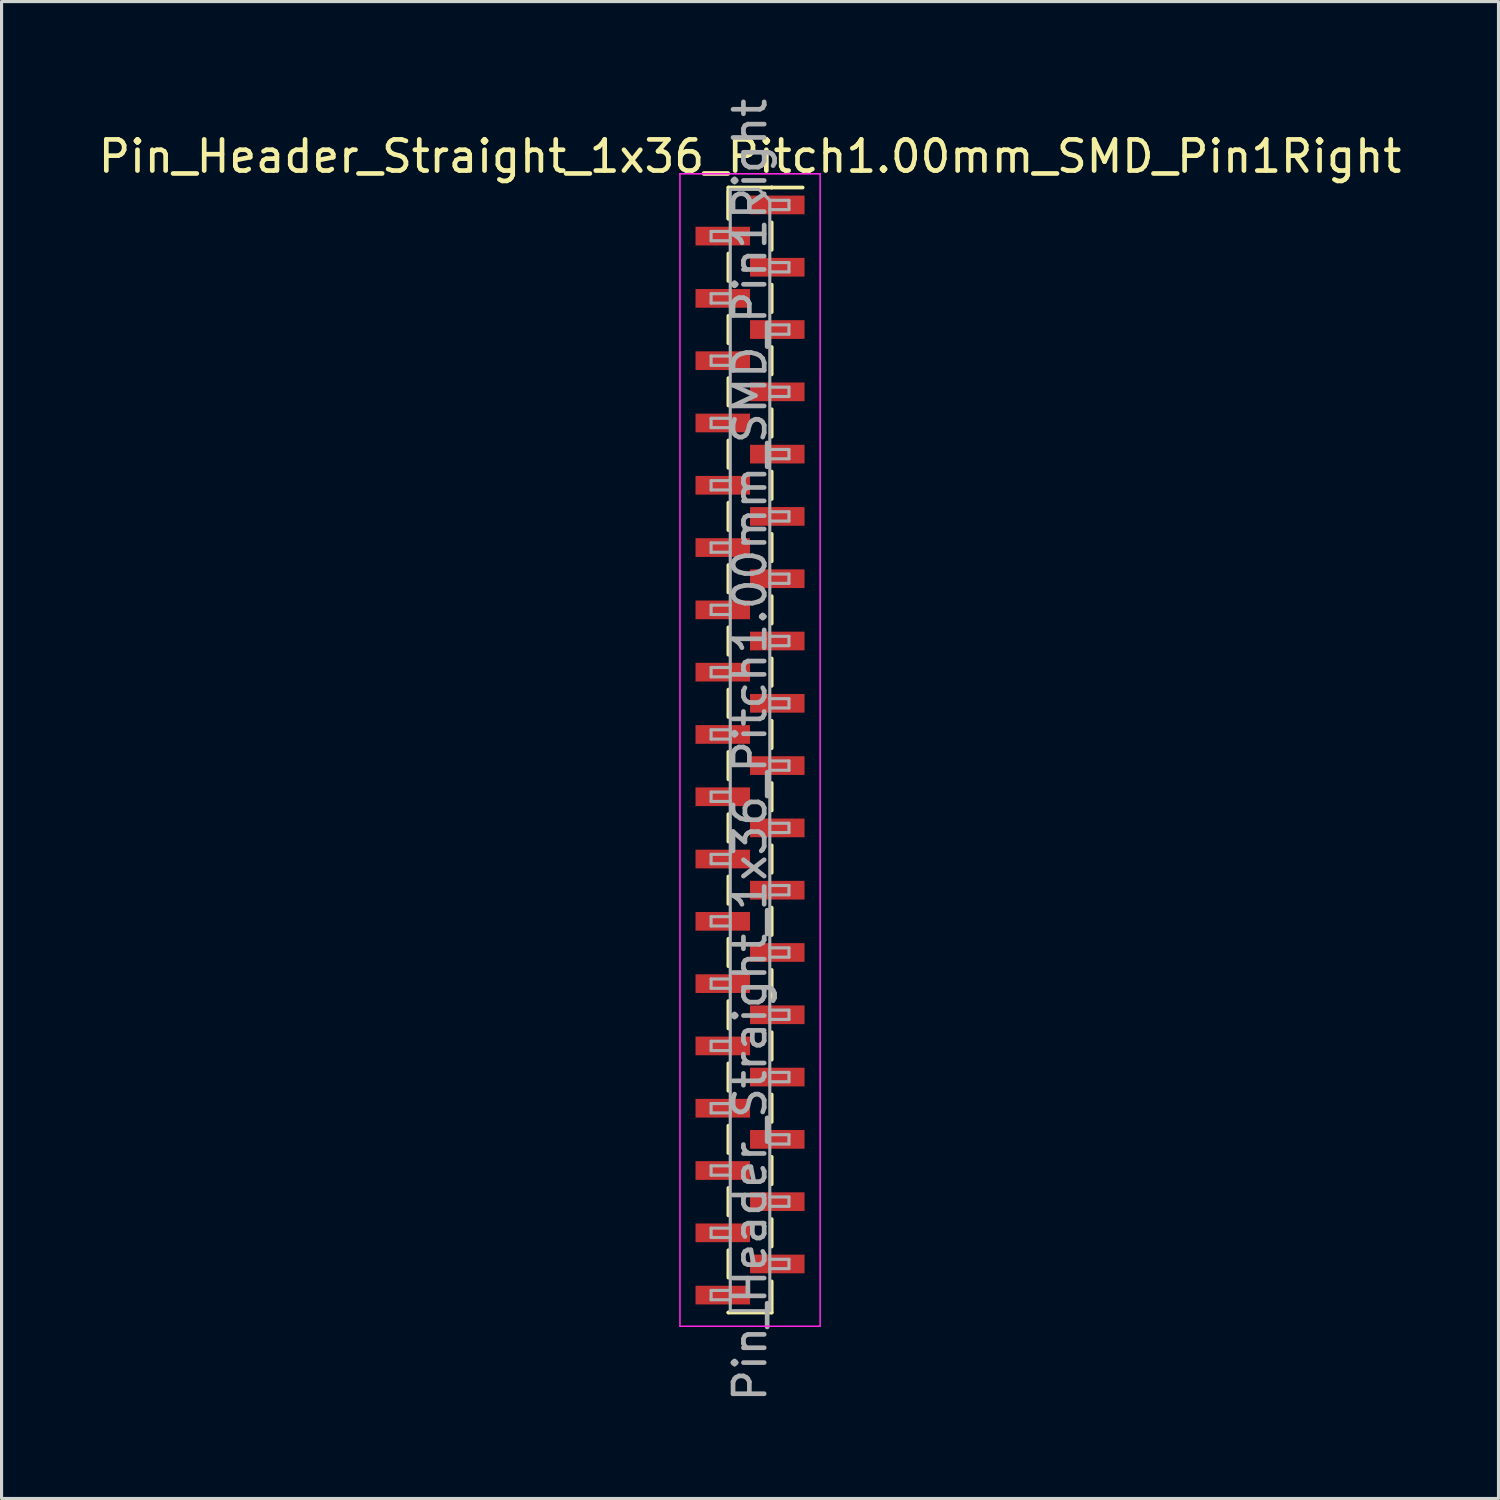
<source format=kicad_pcb>
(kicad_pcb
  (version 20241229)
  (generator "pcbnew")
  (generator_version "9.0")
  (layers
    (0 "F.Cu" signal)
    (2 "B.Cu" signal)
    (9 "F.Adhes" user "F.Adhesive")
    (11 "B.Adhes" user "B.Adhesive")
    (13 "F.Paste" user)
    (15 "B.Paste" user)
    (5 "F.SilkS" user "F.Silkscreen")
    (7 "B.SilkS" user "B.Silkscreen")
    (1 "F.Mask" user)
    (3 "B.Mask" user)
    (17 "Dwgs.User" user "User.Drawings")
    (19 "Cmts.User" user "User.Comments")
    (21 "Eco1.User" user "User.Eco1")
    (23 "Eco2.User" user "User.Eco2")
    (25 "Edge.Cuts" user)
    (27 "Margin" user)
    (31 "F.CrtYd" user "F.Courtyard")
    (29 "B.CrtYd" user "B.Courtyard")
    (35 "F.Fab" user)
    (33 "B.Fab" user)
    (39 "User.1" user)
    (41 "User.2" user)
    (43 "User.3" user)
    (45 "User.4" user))
  (footprint "Pin_Header_Straight_1x36_Pitch1.00mm_SMD_Pin1Right"
    (layer "F.Cu")
    (at 21.03 21.03)
    (property "Reference" "Pin_Header_Straight_1x36_Pitch1.00mm_SMD_Pin1Right" (at 0 -19.06 0) (layer "F.SilkS") (effects (font (size 1 1) (thickness 0.15))))
    (attr smd)
    (fp_line (start -0.695 -18.06) (end -0.695 -17.06) (stroke (width 0.12) (type solid)) (layer "F.SilkS"))
    (fp_line (start -0.695 -18.06) (end 0.695 -18.06) (stroke (width 0.12) (type solid)) (layer "F.SilkS"))
    (fp_line (start -0.695 -17.94) (end -0.695 -17.06) (stroke (width 0.12) (type solid)) (layer "F.SilkS"))
    (fp_line (start -0.695 -15.94) (end -0.695 -15.06) (stroke (width 0.12) (type solid)) (layer "F.SilkS"))
    (fp_line (start -0.695 -13.94) (end -0.695 -13.06) (stroke (width 0.12) (type solid)) (layer "F.SilkS"))
    (fp_line (start -0.695 -11.94) (end -0.695 -11.06) (stroke (width 0.12) (type solid)) (layer "F.SilkS"))
    (fp_line (start -0.695 -9.94) (end -0.695 -9.06) (stroke (width 0.12) (type solid)) (layer "F.SilkS"))
    (fp_line (start -0.695 -7.94) (end -0.695 -7.06) (stroke (width 0.12) (type solid)) (layer "F.SilkS"))
    (fp_line (start -0.695 -5.94) (end -0.695 -5.06) (stroke (width 0.12) (type solid)) (layer "F.SilkS"))
    (fp_line (start -0.695 -3.94) (end -0.695 -3.06) (stroke (width 0.12) (type solid)) (layer "F.SilkS"))
    (fp_line (start -0.695 -1.94) (end -0.695 -1.06) (stroke (width 0.12) (type solid)) (layer "F.SilkS"))
    (fp_line (start -0.695 0.06) (end -0.695 0.94) (stroke (width 0.12) (type solid)) (layer "F.SilkS"))
    (fp_line (start -0.695 2.06) (end -0.695 2.94) (stroke (width 0.12) (type solid)) (layer "F.SilkS"))
    (fp_line (start -0.695 4.06) (end -0.695 4.94) (stroke (width 0.12) (type solid)) (layer "F.SilkS"))
    (fp_line (start -0.695 6.06) (end -0.695 6.94) (stroke (width 0.12) (type solid)) (layer "F.SilkS"))
    (fp_line (start -0.695 8.06) (end -0.695 8.94) (stroke (width 0.12) (type solid)) (layer "F.SilkS"))
    (fp_line (start -0.695 10.06) (end -0.695 10.94) (stroke (width 0.12) (type solid)) (layer "F.SilkS"))
    (fp_line (start -0.695 12.06) (end -0.695 12.94) (stroke (width 0.12) (type solid)) (layer "F.SilkS"))
    (fp_line (start -0.695 14.06) (end -0.695 14.94) (stroke (width 0.12) (type solid)) (layer "F.SilkS"))
    (fp_line (start -0.695 16.06) (end -0.695 16.94) (stroke (width 0.12) (type solid)) (layer "F.SilkS"))
    (fp_line (start -0.695 18.06) (end -0.695 18.06) (stroke (width 0.12) (type solid)) (layer "F.SilkS"))
    (fp_line (start -0.695 18.06) (end 0.695 18.06) (stroke (width 0.12) (type solid)) (layer "F.SilkS"))
    (fp_line (start 0.695 -18.06) (end 0.695 -18.06) (stroke (width 0.12) (type solid)) (layer "F.SilkS"))
    (fp_line (start 0.695 -18.06) (end 1.69 -18.06) (stroke (width 0.12) (type solid)) (layer "F.SilkS"))
    (fp_line (start 0.695 -16.94) (end 0.695 -16.06) (stroke (width 0.12) (type solid)) (layer "F.SilkS"))
    (fp_line (start 0.695 -14.94) (end 0.695 -14.06) (stroke (width 0.12) (type solid)) (layer "F.SilkS"))
    (fp_line (start 0.695 -12.94) (end 0.695 -12.06) (stroke (width 0.12) (type solid)) (layer "F.SilkS"))
    (fp_line (start 0.695 -10.94) (end 0.695 -10.06) (stroke (width 0.12) (type solid)) (layer "F.SilkS"))
    (fp_line (start 0.695 -8.94) (end 0.695 -8.06) (stroke (width 0.12) (type solid)) (layer "F.SilkS"))
    (fp_line (start 0.695 -6.94) (end 0.695 -6.06) (stroke (width 0.12) (type solid)) (layer "F.SilkS"))
    (fp_line (start 0.695 -4.94) (end 0.695 -4.06) (stroke (width 0.12) (type solid)) (layer "F.SilkS"))
    (fp_line (start 0.695 -2.94) (end 0.695 -2.06) (stroke (width 0.12) (type solid)) (layer "F.SilkS"))
    (fp_line (start 0.695 -0.94) (end 0.695 -0.06) (stroke (width 0.12) (type solid)) (layer "F.SilkS"))
    (fp_line (start 0.695 1.06) (end 0.695 1.94) (stroke (width 0.12) (type solid)) (layer "F.SilkS"))
    (fp_line (start 0.695 3.06) (end 0.695 3.94) (stroke (width 0.12) (type solid)) (layer "F.SilkS"))
    (fp_line (start 0.695 5.06) (end 0.695 5.94) (stroke (width 0.12) (type solid)) (layer "F.SilkS"))
    (fp_line (start 0.695 7.06) (end 0.695 7.94) (stroke (width 0.12) (type solid)) (layer "F.SilkS"))
    (fp_line (start 0.695 9.06) (end 0.695 9.94) (stroke (width 0.12) (type solid)) (layer "F.SilkS"))
    (fp_line (start 0.695 11.06) (end 0.695 11.94) (stroke (width 0.12) (type solid)) (layer "F.SilkS"))
    (fp_line (start 0.695 13.06) (end 0.695 13.94) (stroke (width 0.12) (type solid)) (layer "F.SilkS"))
    (fp_line (start 0.695 15.06) (end 0.695 15.94) (stroke (width 0.12) (type solid)) (layer "F.SilkS"))
    (fp_line (start 0.695 17.06) (end 0.695 18.06) (stroke (width 0.12) (type solid)) (layer "F.SilkS"))
    (fp_line (start -2.25 -18.5) (end -2.25 18.5) (stroke (width 0.05) (type solid)) (layer "F.CrtYd"))
    (fp_line (start -2.25 18.5) (end 2.25 18.5) (stroke (width 0.05) (type solid)) (layer "F.CrtYd"))
    (fp_line (start 2.25 -18.5) (end -2.25 -18.5) (stroke (width 0.05) (type solid)) (layer "F.CrtYd"))
    (fp_line (start 2.25 18.5) (end 2.25 -18.5) (stroke (width 0.05) (type solid)) (layer "F.CrtYd"))
    (fp_line (start -1.25 -16.65) (end -1.25 -16.35) (stroke (width 0.1) (type solid)) (layer "F.Fab"))
    (fp_line (start -1.25 -16.35) (end -0.635 -16.35) (stroke (width 0.1) (type solid)) (layer "F.Fab"))
    (fp_line (start -1.25 -14.65) (end -1.25 -14.35) (stroke (width 0.1) (type solid)) (layer "F.Fab"))
    (fp_line (start -1.25 -14.35) (end -0.635 -14.35) (stroke (width 0.1) (type solid)) (layer "F.Fab"))
    (fp_line (start -1.25 -12.65) (end -1.25 -12.35) (stroke (width 0.1) (type solid)) (layer "F.Fab"))
    (fp_line (start -1.25 -12.35) (end -0.635 -12.35) (stroke (width 0.1) (type solid)) (layer "F.Fab"))
    (fp_line (start -1.25 -10.65) (end -1.25 -10.35) (stroke (width 0.1) (type solid)) (layer "F.Fab"))
    (fp_line (start -1.25 -10.35) (end -0.635 -10.35) (stroke (width 0.1) (type solid)) (layer "F.Fab"))
    (fp_line (start -1.25 -8.65) (end -1.25 -8.35) (stroke (width 0.1) (type solid)) (layer "F.Fab"))
    (fp_line (start -1.25 -8.35) (end -0.635 -8.35) (stroke (width 0.1) (type solid)) (layer "F.Fab"))
    (fp_line (start -1.25 -6.65) (end -1.25 -6.35) (stroke (width 0.1) (type solid)) (layer "F.Fab"))
    (fp_line (start -1.25 -6.35) (end -0.635 -6.35) (stroke (width 0.1) (type solid)) (layer "F.Fab"))
    (fp_line (start -1.25 -4.65) (end -1.25 -4.35) (stroke (width 0.1) (type solid)) (layer "F.Fab"))
    (fp_line (start -1.25 -4.35) (end -0.635 -4.35) (stroke (width 0.1) (type solid)) (layer "F.Fab"))
    (fp_line (start -1.25 -2.65) (end -1.25 -2.35) (stroke (width 0.1) (type solid)) (layer "F.Fab"))
    (fp_line (start -1.25 -2.35) (end -0.635 -2.35) (stroke (width 0.1) (type solid)) (layer "F.Fab"))
    (fp_line (start -1.25 -0.65) (end -1.25 -0.35) (stroke (width 0.1) (type solid)) (layer "F.Fab"))
    (fp_line (start -1.25 -0.35) (end -0.635 -0.35) (stroke (width 0.1) (type solid)) (layer "F.Fab"))
    (fp_line (start -1.25 1.35) (end -1.25 1.65) (stroke (width 0.1) (type solid)) (layer "F.Fab"))
    (fp_line (start -1.25 1.65) (end -0.635 1.65) (stroke (width 0.1) (type solid)) (layer "F.Fab"))
    (fp_line (start -1.25 3.35) (end -1.25 3.65) (stroke (width 0.1) (type solid)) (layer "F.Fab"))
    (fp_line (start -1.25 3.65) (end -0.635 3.65) (stroke (width 0.1) (type solid)) (layer "F.Fab"))
    (fp_line (start -1.25 5.35) (end -1.25 5.65) (stroke (width 0.1) (type solid)) (layer "F.Fab"))
    (fp_line (start -1.25 5.65) (end -0.635 5.65) (stroke (width 0.1) (type solid)) (layer "F.Fab"))
    (fp_line (start -1.25 7.35) (end -1.25 7.65) (stroke (width 0.1) (type solid)) (layer "F.Fab"))
    (fp_line (start -1.25 7.65) (end -0.635 7.65) (stroke (width 0.1) (type solid)) (layer "F.Fab"))
    (fp_line (start -1.25 9.35) (end -1.25 9.65) (stroke (width 0.1) (type solid)) (layer "F.Fab"))
    (fp_line (start -1.25 9.65) (end -0.635 9.65) (stroke (width 0.1) (type solid)) (layer "F.Fab"))
    (fp_line (start -1.25 11.35) (end -1.25 11.65) (stroke (width 0.1) (type solid)) (layer "F.Fab"))
    (fp_line (start -1.25 11.65) (end -0.635 11.65) (stroke (width 0.1) (type solid)) (layer "F.Fab"))
    (fp_line (start -1.25 13.35) (end -1.25 13.65) (stroke (width 0.1) (type solid)) (layer "F.Fab"))
    (fp_line (start -1.25 13.65) (end -0.635 13.65) (stroke (width 0.1) (type solid)) (layer "F.Fab"))
    (fp_line (start -1.25 15.35) (end -1.25 15.65) (stroke (width 0.1) (type solid)) (layer "F.Fab"))
    (fp_line (start -1.25 15.65) (end -0.635 15.65) (stroke (width 0.1) (type solid)) (layer "F.Fab"))
    (fp_line (start -1.25 17.35) (end -1.25 17.65) (stroke (width 0.1) (type solid)) (layer "F.Fab"))
    (fp_line (start -1.25 17.65) (end -0.635 17.65) (stroke (width 0.1) (type solid)) (layer "F.Fab"))
    (fp_line (start -0.635 -18) (end -0.635 18) (stroke (width 0.1) (type solid)) (layer "F.Fab"))
    (fp_line (start -0.635 -18) (end 0.285 -18) (stroke (width 0.1) (type solid)) (layer "F.Fab"))
    (fp_line (start -0.635 -16.65) (end -1.25 -16.65) (stroke (width 0.1) (type solid)) (layer "F.Fab"))
    (fp_line (start -0.635 -14.65) (end -1.25 -14.65) (stroke (width 0.1) (type solid)) (layer "F.Fab"))
    (fp_line (start -0.635 -12.65) (end -1.25 -12.65) (stroke (width 0.1) (type solid)) (layer "F.Fab"))
    (fp_line (start -0.635 -10.65) (end -1.25 -10.65) (stroke (width 0.1) (type solid)) (layer "F.Fab"))
    (fp_line (start -0.635 -8.65) (end -1.25 -8.65) (stroke (width 0.1) (type solid)) (layer "F.Fab"))
    (fp_line (start -0.635 -6.65) (end -1.25 -6.65) (stroke (width 0.1) (type solid)) (layer "F.Fab"))
    (fp_line (start -0.635 -4.65) (end -1.25 -4.65) (stroke (width 0.1) (type solid)) (layer "F.Fab"))
    (fp_line (start -0.635 -2.65) (end -1.25 -2.65) (stroke (width 0.1) (type solid)) (layer "F.Fab"))
    (fp_line (start -0.635 -0.65) (end -1.25 -0.65) (stroke (width 0.1) (type solid)) (layer "F.Fab"))
    (fp_line (start -0.635 1.35) (end -1.25 1.35) (stroke (width 0.1) (type solid)) (layer "F.Fab"))
    (fp_line (start -0.635 3.35) (end -1.25 3.35) (stroke (width 0.1) (type solid)) (layer "F.Fab"))
    (fp_line (start -0.635 5.35) (end -1.25 5.35) (stroke (width 0.1) (type solid)) (layer "F.Fab"))
    (fp_line (start -0.635 7.35) (end -1.25 7.35) (stroke (width 0.1) (type solid)) (layer "F.Fab"))
    (fp_line (start -0.635 9.35) (end -1.25 9.35) (stroke (width 0.1) (type solid)) (layer "F.Fab"))
    (fp_line (start -0.635 11.35) (end -1.25 11.35) (stroke (width 0.1) (type solid)) (layer "F.Fab"))
    (fp_line (start -0.635 13.35) (end -1.25 13.35) (stroke (width 0.1) (type solid)) (layer "F.Fab"))
    (fp_line (start -0.635 15.35) (end -1.25 15.35) (stroke (width 0.1) (type solid)) (layer "F.Fab"))
    (fp_line (start -0.635 17.35) (end -1.25 17.35) (stroke (width 0.1) (type solid)) (layer "F.Fab"))
    (fp_line (start 0.635 -17.65) (end 0.285 -18) (stroke (width 0.1) (type solid)) (layer "F.Fab"))
    (fp_line (start 0.635 -17.65) (end 1.25 -17.65) (stroke (width 0.1) (type solid)) (layer "F.Fab"))
    (fp_line (start 0.635 -15.65) (end 1.25 -15.65) (stroke (width 0.1) (type solid)) (layer "F.Fab"))
    (fp_line (start 0.635 -13.65) (end 1.25 -13.65) (stroke (width 0.1) (type solid)) (layer "F.Fab"))
    (fp_line (start 0.635 -11.65) (end 1.25 -11.65) (stroke (width 0.1) (type solid)) (layer "F.Fab"))
    (fp_line (start 0.635 -9.65) (end 1.25 -9.65) (stroke (width 0.1) (type solid)) (layer "F.Fab"))
    (fp_line (start 0.635 -7.65) (end 1.25 -7.65) (stroke (width 0.1) (type solid)) (layer "F.Fab"))
    (fp_line (start 0.635 -5.65) (end 1.25 -5.65) (stroke (width 0.1) (type solid)) (layer "F.Fab"))
    (fp_line (start 0.635 -3.65) (end 1.25 -3.65) (stroke (width 0.1) (type solid)) (layer "F.Fab"))
    (fp_line (start 0.635 -1.65) (end 1.25 -1.65) (stroke (width 0.1) (type solid)) (layer "F.Fab"))
    (fp_line (start 0.635 0.35) (end 1.25 0.35) (stroke (width 0.1) (type solid)) (layer "F.Fab"))
    (fp_line (start 0.635 2.35) (end 1.25 2.35) (stroke (width 0.1) (type solid)) (layer "F.Fab"))
    (fp_line (start 0.635 4.35) (end 1.25 4.35) (stroke (width 0.1) (type solid)) (layer "F.Fab"))
    (fp_line (start 0.635 6.35) (end 1.25 6.35) (stroke (width 0.1) (type solid)) (layer "F.Fab"))
    (fp_line (start 0.635 8.35) (end 1.25 8.35) (stroke (width 0.1) (type solid)) (layer "F.Fab"))
    (fp_line (start 0.635 10.35) (end 1.25 10.35) (stroke (width 0.1) (type solid)) (layer "F.Fab"))
    (fp_line (start 0.635 12.35) (end 1.25 12.35) (stroke (width 0.1) (type solid)) (layer "F.Fab"))
    (fp_line (start 0.635 14.35) (end 1.25 14.35) (stroke (width 0.1) (type solid)) (layer "F.Fab"))
    (fp_line (start 0.635 16.35) (end 1.25 16.35) (stroke (width 0.1) (type solid)) (layer "F.Fab"))
    (fp_line (start 0.635 18) (end -0.635 18) (stroke (width 0.1) (type solid)) (layer "F.Fab"))
    (fp_line (start 0.635 18) (end 0.635 -17.65) (stroke (width 0.1) (type solid)) (layer "F.Fab"))
    (fp_line (start 1.25 -17.65) (end 1.25 -17.35) (stroke (width 0.1) (type solid)) (layer "F.Fab"))
    (fp_line (start 1.25 -17.35) (end 0.635 -17.35) (stroke (width 0.1) (type solid)) (layer "F.Fab"))
    (fp_line (start 1.25 -15.65) (end 1.25 -15.35) (stroke (width 0.1) (type solid)) (layer "F.Fab"))
    (fp_line (start 1.25 -15.35) (end 0.635 -15.35) (stroke (width 0.1) (type solid)) (layer "F.Fab"))
    (fp_line (start 1.25 -13.65) (end 1.25 -13.35) (stroke (width 0.1) (type solid)) (layer "F.Fab"))
    (fp_line (start 1.25 -13.35) (end 0.635 -13.35) (stroke (width 0.1) (type solid)) (layer "F.Fab"))
    (fp_line (start 1.25 -11.65) (end 1.25 -11.35) (stroke (width 0.1) (type solid)) (layer "F.Fab"))
    (fp_line (start 1.25 -11.35) (end 0.635 -11.35) (stroke (width 0.1) (type solid)) (layer "F.Fab"))
    (fp_line (start 1.25 -9.65) (end 1.25 -9.35) (stroke (width 0.1) (type solid)) (layer "F.Fab"))
    (fp_line (start 1.25 -9.35) (end 0.635 -9.35) (stroke (width 0.1) (type solid)) (layer "F.Fab"))
    (fp_line (start 1.25 -7.65) (end 1.25 -7.35) (stroke (width 0.1) (type solid)) (layer "F.Fab"))
    (fp_line (start 1.25 -7.35) (end 0.635 -7.35) (stroke (width 0.1) (type solid)) (layer "F.Fab"))
    (fp_line (start 1.25 -5.65) (end 1.25 -5.35) (stroke (width 0.1) (type solid)) (layer "F.Fab"))
    (fp_line (start 1.25 -5.35) (end 0.635 -5.35) (stroke (width 0.1) (type solid)) (layer "F.Fab"))
    (fp_line (start 1.25 -3.65) (end 1.25 -3.35) (stroke (width 0.1) (type solid)) (layer "F.Fab"))
    (fp_line (start 1.25 -3.35) (end 0.635 -3.35) (stroke (width 0.1) (type solid)) (layer "F.Fab"))
    (fp_line (start 1.25 -1.65) (end 1.25 -1.35) (stroke (width 0.1) (type solid)) (layer "F.Fab"))
    (fp_line (start 1.25 -1.35) (end 0.635 -1.35) (stroke (width 0.1) (type solid)) (layer "F.Fab"))
    (fp_line (start 1.25 0.35) (end 1.25 0.65) (stroke (width 0.1) (type solid)) (layer "F.Fab"))
    (fp_line (start 1.25 0.65) (end 0.635 0.65) (stroke (width 0.1) (type solid)) (layer "F.Fab"))
    (fp_line (start 1.25 2.35) (end 1.25 2.65) (stroke (width 0.1) (type solid)) (layer "F.Fab"))
    (fp_line (start 1.25 2.65) (end 0.635 2.65) (stroke (width 0.1) (type solid)) (layer "F.Fab"))
    (fp_line (start 1.25 4.35) (end 1.25 4.65) (stroke (width 0.1) (type solid)) (layer "F.Fab"))
    (fp_line (start 1.25 4.65) (end 0.635 4.65) (stroke (width 0.1) (type solid)) (layer "F.Fab"))
    (fp_line (start 1.25 6.35) (end 1.25 6.65) (stroke (width 0.1) (type solid)) (layer "F.Fab"))
    (fp_line (start 1.25 6.65) (end 0.635 6.65) (stroke (width 0.1) (type solid)) (layer "F.Fab"))
    (fp_line (start 1.25 8.35) (end 1.25 8.65) (stroke (width 0.1) (type solid)) (layer "F.Fab"))
    (fp_line (start 1.25 8.65) (end 0.635 8.65) (stroke (width 0.1) (type solid)) (layer "F.Fab"))
    (fp_line (start 1.25 10.35) (end 1.25 10.65) (stroke (width 0.1) (type solid)) (layer "F.Fab"))
    (fp_line (start 1.25 10.65) (end 0.635 10.65) (stroke (width 0.1) (type solid)) (layer "F.Fab"))
    (fp_line (start 1.25 12.35) (end 1.25 12.65) (stroke (width 0.1) (type solid)) (layer "F.Fab"))
    (fp_line (start 1.25 12.65) (end 0.635 12.65) (stroke (width 0.1) (type solid)) (layer "F.Fab"))
    (fp_line (start 1.25 14.35) (end 1.25 14.65) (stroke (width 0.1) (type solid)) (layer "F.Fab"))
    (fp_line (start 1.25 14.65) (end 0.635 14.65) (stroke (width 0.1) (type solid)) (layer "F.Fab"))
    (fp_line (start 1.25 16.35) (end 1.25 16.65) (stroke (width 0.1) (type solid)) (layer "F.Fab"))
    (fp_line (start 1.25 16.65) (end 0.635 16.65) (stroke (width 0.1) (type solid)) (layer "F.Fab"))
    (fp_text user "${REFERENCE}" (at 0 0 90) (layer "F.Fab") (effects (font (size 1 1) (thickness 0.15))))
    (pad "1" smd rect (at 0.875 -17.5) (size 1.75 0.6) (layers "F.Cu" "F.Mask" "F.Paste"))
    (pad "2" smd rect (at -0.875 -16.5) (size 1.75 0.6) (layers "F.Cu" "F.Mask" "F.Paste"))
    (pad "3" smd rect (at 0.875 -15.5) (size 1.75 0.6) (layers "F.Cu" "F.Mask" "F.Paste"))
    (pad "4" smd rect (at -0.875 -14.5) (size 1.75 0.6) (layers "F.Cu" "F.Mask" "F.Paste"))
    (pad "5" smd rect (at 0.875 -13.5) (size 1.75 0.6) (layers "F.Cu" "F.Mask" "F.Paste"))
    (pad "6" smd rect (at -0.875 -12.5) (size 1.75 0.6) (layers "F.Cu" "F.Mask" "F.Paste"))
    (pad "7" smd rect (at 0.875 -11.5) (size 1.75 0.6) (layers "F.Cu" "F.Mask" "F.Paste"))
    (pad "8" smd rect (at -0.875 -10.5) (size 1.75 0.6) (layers "F.Cu" "F.Mask" "F.Paste"))
    (pad "9" smd rect (at 0.875 -9.5) (size 1.75 0.6) (layers "F.Cu" "F.Mask" "F.Paste"))
    (pad "10" smd rect (at -0.875 -8.5) (size 1.75 0.6) (layers "F.Cu" "F.Mask" "F.Paste"))
    (pad "11" smd rect (at 0.875 -7.5) (size 1.75 0.6) (layers "F.Cu" "F.Mask" "F.Paste"))
    (pad "12" smd rect (at -0.875 -6.5) (size 1.75 0.6) (layers "F.Cu" "F.Mask" "F.Paste"))
    (pad "13" smd rect (at 0.875 -5.5) (size 1.75 0.6) (layers "F.Cu" "F.Mask" "F.Paste"))
    (pad "14" smd rect (at -0.875 -4.5) (size 1.75 0.6) (layers "F.Cu" "F.Mask" "F.Paste"))
    (pad "15" smd rect (at 0.875 -3.5) (size 1.75 0.6) (layers "F.Cu" "F.Mask" "F.Paste"))
    (pad "16" smd rect (at -0.875 -2.5) (size 1.75 0.6) (layers "F.Cu" "F.Mask" "F.Paste"))
    (pad "17" smd rect (at 0.875 -1.5) (size 1.75 0.6) (layers "F.Cu" "F.Mask" "F.Paste"))
    (pad "18" smd rect (at -0.875 -0.5) (size 1.75 0.6) (layers "F.Cu" "F.Mask" "F.Paste"))
    (pad "19" smd rect (at 0.875 0.5) (size 1.75 0.6) (layers "F.Cu" "F.Mask" "F.Paste"))
    (pad "20" smd rect (at -0.875 1.5) (size 1.75 0.6) (layers "F.Cu" "F.Mask" "F.Paste"))
    (pad "21" smd rect (at 0.875 2.5) (size 1.75 0.6) (layers "F.Cu" "F.Mask" "F.Paste"))
    (pad "22" smd rect (at -0.875 3.5) (size 1.75 0.6) (layers "F.Cu" "F.Mask" "F.Paste"))
    (pad "23" smd rect (at 0.875 4.5) (size 1.75 0.6) (layers "F.Cu" "F.Mask" "F.Paste"))
    (pad "24" smd rect (at -0.875 5.5) (size 1.75 0.6) (layers "F.Cu" "F.Mask" "F.Paste"))
    (pad "25" smd rect (at 0.875 6.5) (size 1.75 0.6) (layers "F.Cu" "F.Mask" "F.Paste"))
    (pad "26" smd rect (at -0.875 7.5) (size 1.75 0.6) (layers "F.Cu" "F.Mask" "F.Paste"))
    (pad "27" smd rect (at 0.875 8.5) (size 1.75 0.6) (layers "F.Cu" "F.Mask" "F.Paste"))
    (pad "28" smd rect (at -0.875 9.5) (size 1.75 0.6) (layers "F.Cu" "F.Mask" "F.Paste"))
    (pad "29" smd rect (at 0.875 10.5) (size 1.75 0.6) (layers "F.Cu" "F.Mask" "F.Paste"))
    (pad "30" smd rect (at -0.875 11.5) (size 1.75 0.6) (layers "F.Cu" "F.Mask" "F.Paste"))
    (pad "31" smd rect (at 0.875 12.5) (size 1.75 0.6) (layers "F.Cu" "F.Mask" "F.Paste"))
    (pad "32" smd rect (at -0.875 13.5) (size 1.75 0.6) (layers "F.Cu" "F.Mask" "F.Paste"))
    (pad "33" smd rect (at 0.875 14.5) (size 1.75 0.6) (layers "F.Cu" "F.Mask" "F.Paste"))
    (pad "34" smd rect (at -0.875 15.5) (size 1.75 0.6) (layers "F.Cu" "F.Mask" "F.Paste"))
    (pad "35" smd rect (at 0.875 16.5) (size 1.75 0.6) (layers "F.Cu" "F.Mask" "F.Paste"))
    (pad "36" smd rect (at -0.875 17.5) (size 1.75 0.6) (layers "F.Cu" "F.Mask" "F.Paste")))
  (gr_rect
    (start -3 -3)
    (end 45.06 45.06)
    (stroke (width 0.1) (type default))
    (fill no)
    (layer "Edge.Cuts")))
</source>
